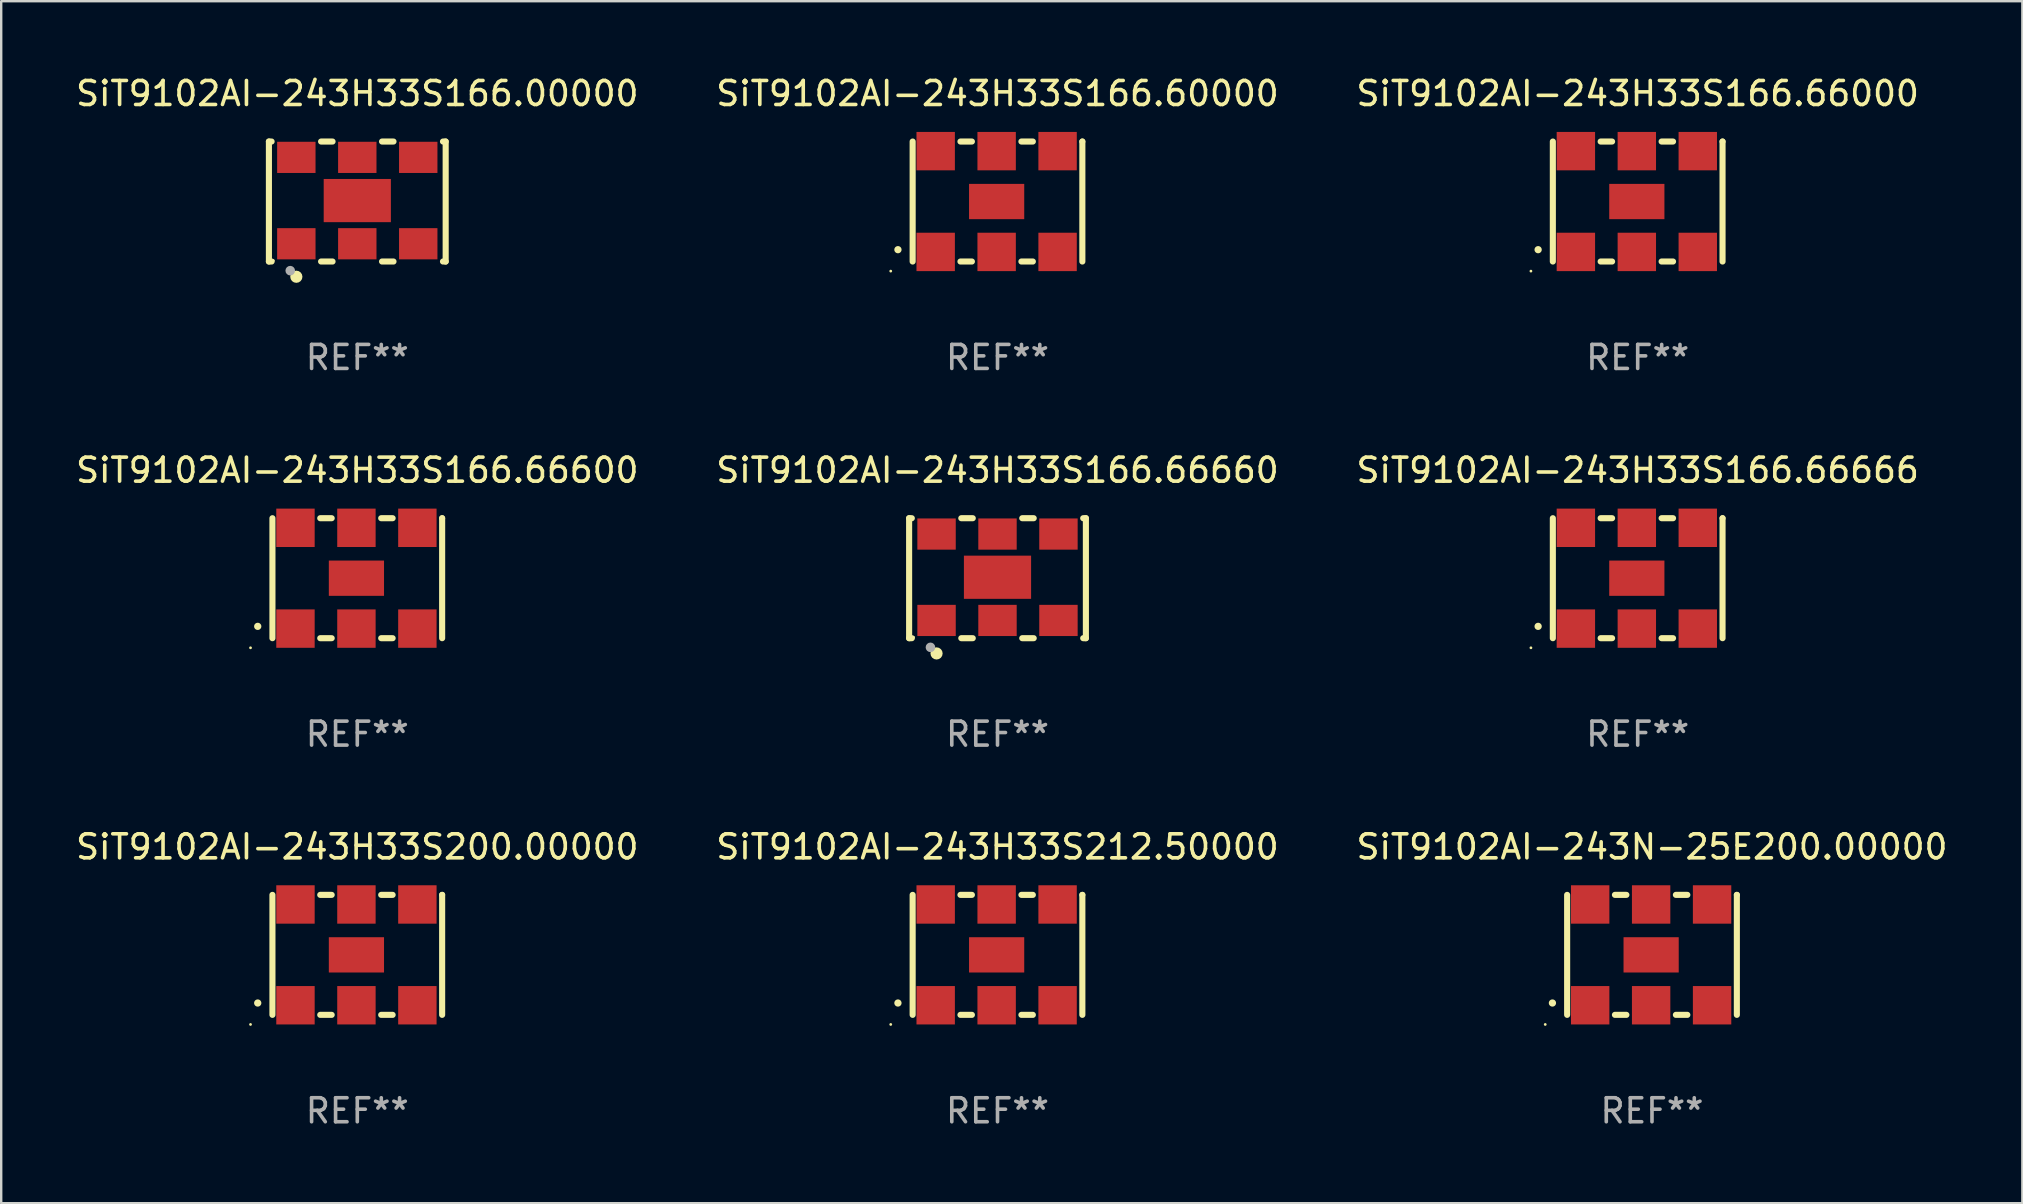
<source format=kicad_pcb>
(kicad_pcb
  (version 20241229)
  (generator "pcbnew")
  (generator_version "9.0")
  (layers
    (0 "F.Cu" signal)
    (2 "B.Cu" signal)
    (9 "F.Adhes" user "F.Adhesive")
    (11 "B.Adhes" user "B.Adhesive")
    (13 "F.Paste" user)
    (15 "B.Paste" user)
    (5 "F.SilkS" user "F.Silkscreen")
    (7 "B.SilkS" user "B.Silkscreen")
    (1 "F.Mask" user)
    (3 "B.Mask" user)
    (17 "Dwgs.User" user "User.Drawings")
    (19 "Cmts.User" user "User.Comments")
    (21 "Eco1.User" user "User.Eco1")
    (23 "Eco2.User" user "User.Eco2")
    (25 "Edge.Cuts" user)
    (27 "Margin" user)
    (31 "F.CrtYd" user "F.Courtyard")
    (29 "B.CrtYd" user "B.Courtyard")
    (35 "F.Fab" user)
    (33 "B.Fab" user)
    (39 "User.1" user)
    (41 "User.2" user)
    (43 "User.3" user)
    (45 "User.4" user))
  (footprint "SiT9102AI-243H33S166.66000"
    (layer "F.Cu")
    (at 65.196 5.348)
    (property "Reference" "SiT9102AI-243H33S166.66000" (at 0 -4.5 0) (layer "F.SilkS") (effects (font (size 1 1) (thickness 0.15))))
    (attr through_hole)
    (fp_line (start -3.536 -2.5) (end -3.536 2.5) (stroke (width 0.254) (type solid)) (layer "F.SilkS"))
    (fp_line (start -1.544 2.5) (end -1.067 2.5) (stroke (width 0.254) (type solid)) (layer "F.SilkS"))
    (fp_line (start -1.067 -2.5) (end -1.544 -2.5) (stroke (width 0.254) (type solid)) (layer "F.SilkS"))
    (fp_line (start 0.996 2.5) (end 1.473 2.5) (stroke (width 0.254) (type solid)) (layer "F.SilkS"))
    (fp_line (start 1.473 -2.5) (end 0.996 -2.5) (stroke (width 0.254) (type solid)) (layer "F.SilkS"))
    (fp_line (start 3.536 -2.5) (end 3.536 -2.5) (stroke (width 0.254) (type solid)) (layer "F.SilkS"))
    (fp_line (start 3.536 2.5) (end 3.536 -2.5) (stroke (width 0.254) (type solid)) (layer "F.SilkS"))
    (fp_arc (start -4.150432 2.006604) (mid -4.149162 2.006599) (end -4.147892 2.006604) (stroke (width 0.3) (type solid)) (layer "F.SilkS"))
    (fp_circle (center -4.449 2.9) (end -4.419 2.9) (stroke (width 0.06) (type solid)) (fill no) (layer "F.SilkS"))
    (fp_text user "REF**" (at 0 6.5 0) (layer "F.Fab") (effects (font (size 1 1) (thickness 0.15))))
    (pad "1" smd rect (at -2.576 2.1) (size 1.6 1.6) (layers "F.Cu" "F.Mask" "F.Paste"))
    (pad "2" smd rect (at -0.036 2.1) (size 1.6 1.6) (layers "F.Cu" "F.Mask" "F.Paste"))
    (pad "3" smd rect (at 2.504 2.1) (size 1.6 1.6) (layers "F.Cu" "F.Mask" "F.Paste"))
    (pad "4" smd rect (at 2.504 -2.1) (size 1.6 1.6) (layers "F.Cu" "F.Mask" "F.Paste"))
    (pad "5" smd rect (at -0.036 -2.1) (size 1.6 1.6) (layers "F.Cu" "F.Mask" "F.Paste"))
    (pad "6" smd rect (at -2.576 -2.1) (size 1.6 1.6) (layers "F.Cu" "F.Mask" "F.Paste"))
    (pad "7" smd rect (at -0.036 0) (size 2.3 1.47) (layers "F.Cu" "F.Mask" "F.Paste")))
  (footprint "SiT9102AI-243H33S212.50000"
    (layer "F.Cu")
    (at 38.518 36.741)
    (property "Reference" "SiT9102AI-243H33S212.50000" (at 0 -4.5 0) (layer "F.SilkS") (effects (font (size 1 1) (thickness 0.15))))
    (attr through_hole)
    (fp_line (start -3.536 -2.5) (end -3.536 2.5) (stroke (width 0.254) (type solid)) (layer "F.SilkS"))
    (fp_line (start -1.544 2.5) (end -1.067 2.5) (stroke (width 0.254) (type solid)) (layer "F.SilkS"))
    (fp_line (start -1.067 -2.5) (end -1.544 -2.5) (stroke (width 0.254) (type solid)) (layer "F.SilkS"))
    (fp_line (start 0.996 2.5) (end 1.473 2.5) (stroke (width 0.254) (type solid)) (layer "F.SilkS"))
    (fp_line (start 1.473 -2.5) (end 0.996 -2.5) (stroke (width 0.254) (type solid)) (layer "F.SilkS"))
    (fp_line (start 3.536 -2.5) (end 3.536 -2.5) (stroke (width 0.254) (type solid)) (layer "F.SilkS"))
    (fp_line (start 3.536 2.5) (end 3.536 -2.5) (stroke (width 0.254) (type solid)) (layer "F.SilkS"))
    (fp_arc (start -4.150432 2.006604) (mid -4.149162 2.006599) (end -4.147892 2.006604) (stroke (width 0.3) (type solid)) (layer "F.SilkS"))
    (fp_circle (center -4.449 2.9) (end -4.419 2.9) (stroke (width 0.06) (type solid)) (fill no) (layer "F.SilkS"))
    (fp_text user "REF**" (at 0 6.5 0) (layer "F.Fab") (effects (font (size 1 1) (thickness 0.15))))
    (pad "1" smd rect (at -2.576 2.1) (size 1.6 1.6) (layers "F.Cu" "F.Mask" "F.Paste"))
    (pad "2" smd rect (at -0.036 2.1) (size 1.6 1.6) (layers "F.Cu" "F.Mask" "F.Paste"))
    (pad "3" smd rect (at 2.504 2.1) (size 1.6 1.6) (layers "F.Cu" "F.Mask" "F.Paste"))
    (pad "4" smd rect (at 2.504 -2.1) (size 1.6 1.6) (layers "F.Cu" "F.Mask" "F.Paste"))
    (pad "5" smd rect (at -0.036 -2.1) (size 1.6 1.6) (layers "F.Cu" "F.Mask" "F.Paste"))
    (pad "6" smd rect (at -2.576 -2.1) (size 1.6 1.6) (layers "F.Cu" "F.Mask" "F.Paste"))
    (pad "7" smd rect (at -0.036 0) (size 2.3 1.47) (layers "F.Cu" "F.Mask" "F.Paste")))
  (footprint "SiT9102AI-243H33S166.66600"
    (layer "F.Cu")
    (at 11.839 21.045)
    (property "Reference" "SiT9102AI-243H33S166.66600" (at 0 -4.5 0) (layer "F.SilkS") (effects (font (size 1 1) (thickness 0.15))))
    (attr through_hole)
    (fp_line (start -3.536 -2.5) (end -3.536 2.5) (stroke (width 0.254) (type solid)) (layer "F.SilkS"))
    (fp_line (start -1.544 2.5) (end -1.067 2.5) (stroke (width 0.254) (type solid)) (layer "F.SilkS"))
    (fp_line (start -1.067 -2.5) (end -1.544 -2.5) (stroke (width 0.254) (type solid)) (layer "F.SilkS"))
    (fp_line (start 0.996 2.5) (end 1.473 2.5) (stroke (width 0.254) (type solid)) (layer "F.SilkS"))
    (fp_line (start 1.473 -2.5) (end 0.996 -2.5) (stroke (width 0.254) (type solid)) (layer "F.SilkS"))
    (fp_line (start 3.536 -2.5) (end 3.536 -2.5) (stroke (width 0.254) (type solid)) (layer "F.SilkS"))
    (fp_line (start 3.536 2.5) (end 3.536 -2.5) (stroke (width 0.254) (type solid)) (layer "F.SilkS"))
    (fp_arc (start -4.150432 2.006604) (mid -4.149162 2.006599) (end -4.147892 2.006604) (stroke (width 0.3) (type solid)) (layer "F.SilkS"))
    (fp_circle (center -4.449 2.9) (end -4.419 2.9) (stroke (width 0.06) (type solid)) (fill no) (layer "F.SilkS"))
    (fp_text user "REF**" (at 0 6.5 0) (layer "F.Fab") (effects (font (size 1 1) (thickness 0.15))))
    (pad "1" smd rect (at -2.576 2.1) (size 1.6 1.6) (layers "F.Cu" "F.Mask" "F.Paste"))
    (pad "2" smd rect (at -0.036 2.1) (size 1.6 1.6) (layers "F.Cu" "F.Mask" "F.Paste"))
    (pad "3" smd rect (at 2.504 2.1) (size 1.6 1.6) (layers "F.Cu" "F.Mask" "F.Paste"))
    (pad "4" smd rect (at 2.504 -2.1) (size 1.6 1.6) (layers "F.Cu" "F.Mask" "F.Paste"))
    (pad "5" smd rect (at -0.036 -2.1) (size 1.6 1.6) (layers "F.Cu" "F.Mask" "F.Paste"))
    (pad "6" smd rect (at -2.576 -2.1) (size 1.6 1.6) (layers "F.Cu" "F.Mask" "F.Paste"))
    (pad "7" smd rect (at -0.036 0) (size 2.3 1.47) (layers "F.Cu" "F.Mask" "F.Paste")))
  (footprint "SiT9102AI-243N-25E200.00000"
    (layer "F.Cu")
    (at 65.792 36.741)
    (property "Reference" "SiT9102AI-243N-25E200.00000" (at 0 -4.5 0) (layer "F.SilkS") (effects (font (size 1 1) (thickness 0.15))))
    (attr through_hole)
    (fp_line (start -3.536 -2.5) (end -3.536 2.5) (stroke (width 0.254) (type solid)) (layer "F.SilkS"))
    (fp_line (start -1.544 2.5) (end -1.067 2.5) (stroke (width 0.254) (type solid)) (layer "F.SilkS"))
    (fp_line (start -1.067 -2.5) (end -1.544 -2.5) (stroke (width 0.254) (type solid)) (layer "F.SilkS"))
    (fp_line (start 0.996 2.5) (end 1.473 2.5) (stroke (width 0.254) (type solid)) (layer "F.SilkS"))
    (fp_line (start 1.473 -2.5) (end 0.996 -2.5) (stroke (width 0.254) (type solid)) (layer "F.SilkS"))
    (fp_line (start 3.536 -2.5) (end 3.536 -2.5) (stroke (width 0.254) (type solid)) (layer "F.SilkS"))
    (fp_line (start 3.536 2.5) (end 3.536 -2.5) (stroke (width 0.254) (type solid)) (layer "F.SilkS"))
    (fp_arc (start -4.150432 2.006604) (mid -4.149162 2.006599) (end -4.147892 2.006604) (stroke (width 0.3) (type solid)) (layer "F.SilkS"))
    (fp_circle (center -4.449 2.9) (end -4.419 2.9) (stroke (width 0.06) (type solid)) (fill no) (layer "F.SilkS"))
    (fp_text user "REF**" (at 0 6.5 0) (layer "F.Fab") (effects (font (size 1 1) (thickness 0.15))))
    (pad "1" smd rect (at -2.576 2.1) (size 1.6 1.6) (layers "F.Cu" "F.Mask" "F.Paste"))
    (pad "2" smd rect (at -0.036 2.1) (size 1.6 1.6) (layers "F.Cu" "F.Mask" "F.Paste"))
    (pad "3" smd rect (at 2.504 2.1) (size 1.6 1.6) (layers "F.Cu" "F.Mask" "F.Paste"))
    (pad "4" smd rect (at 2.504 -2.1) (size 1.6 1.6) (layers "F.Cu" "F.Mask" "F.Paste"))
    (pad "5" smd rect (at -0.036 -2.1) (size 1.6 1.6) (layers "F.Cu" "F.Mask" "F.Paste"))
    (pad "6" smd rect (at -2.576 -2.1) (size 1.6 1.6) (layers "F.Cu" "F.Mask" "F.Paste"))
    (pad "7" smd rect (at -0.036 0) (size 2.3 1.47) (layers "F.Cu" "F.Mask" "F.Paste")))
  (footprint "SiT9102AI-243H33S166.60000"
    (layer "F.Cu")
    (at 38.518 5.348)
    (property "Reference" "SiT9102AI-243H33S166.60000" (at 0 -4.5 0) (layer "F.SilkS") (effects (font (size 1 1) (thickness 0.15))))
    (attr through_hole)
    (fp_line (start -3.536 -2.5) (end -3.536 2.5) (stroke (width 0.254) (type solid)) (layer "F.SilkS"))
    (fp_line (start -1.544 2.5) (end -1.067 2.5) (stroke (width 0.254) (type solid)) (layer "F.SilkS"))
    (fp_line (start -1.067 -2.5) (end -1.544 -2.5) (stroke (width 0.254) (type solid)) (layer "F.SilkS"))
    (fp_line (start 0.996 2.5) (end 1.473 2.5) (stroke (width 0.254) (type solid)) (layer "F.SilkS"))
    (fp_line (start 1.473 -2.5) (end 0.996 -2.5) (stroke (width 0.254) (type solid)) (layer "F.SilkS"))
    (fp_line (start 3.536 -2.5) (end 3.536 -2.5) (stroke (width 0.254) (type solid)) (layer "F.SilkS"))
    (fp_line (start 3.536 2.5) (end 3.536 -2.5) (stroke (width 0.254) (type solid)) (layer "F.SilkS"))
    (fp_arc (start -4.150432 2.006604) (mid -4.149162 2.006599) (end -4.147892 2.006604) (stroke (width 0.3) (type solid)) (layer "F.SilkS"))
    (fp_circle (center -4.449 2.9) (end -4.419 2.9) (stroke (width 0.06) (type solid)) (fill no) (layer "F.SilkS"))
    (fp_text user "REF**" (at 0 6.5 0) (layer "F.Fab") (effects (font (size 1 1) (thickness 0.15))))
    (pad "1" smd rect (at -2.576 2.1) (size 1.6 1.6) (layers "F.Cu" "F.Mask" "F.Paste"))
    (pad "2" smd rect (at -0.036 2.1) (size 1.6 1.6) (layers "F.Cu" "F.Mask" "F.Paste"))
    (pad "3" smd rect (at 2.504 2.1) (size 1.6 1.6) (layers "F.Cu" "F.Mask" "F.Paste"))
    (pad "4" smd rect (at 2.504 -2.1) (size 1.6 1.6) (layers "F.Cu" "F.Mask" "F.Paste"))
    (pad "5" smd rect (at -0.036 -2.1) (size 1.6 1.6) (layers "F.Cu" "F.Mask" "F.Paste"))
    (pad "6" smd rect (at -2.576 -2.1) (size 1.6 1.6) (layers "F.Cu" "F.Mask" "F.Paste"))
    (pad "7" smd rect (at -0.036 0) (size 2.3 1.47) (layers "F.Cu" "F.Mask" "F.Paste")))
  (footprint "SiT9102AI-243H33S166.66660"
    (layer "F.Cu")
    (at 38.518 21.045)
    (property "Reference" "SiT9102AI-243H33S166.66660" (at 0 -4.5 0) (layer "F.SilkS") (effects (font (size 1 1) (thickness 0.15))))
    (attr through_hole)
    (fp_line (start -3.683 -2.5) (end -3.571 -2.5) (stroke (width 0.254) (type solid)) (layer "F.SilkS"))
    (fp_line (start -3.683 2.5) (end -3.683 -2.5) (stroke (width 0.254) (type solid)) (layer "F.SilkS"))
    (fp_line (start -3.683 2.5) (end -3.571 2.5) (stroke (width 0.254) (type solid)) (layer "F.SilkS"))
    (fp_line (start -1.509 -2.5) (end -1.031 -2.5) (stroke (width 0.254) (type solid)) (layer "F.SilkS"))
    (fp_line (start -1.509 2.5) (end -1.031 2.5) (stroke (width 0.254) (type solid)) (layer "F.SilkS"))
    (fp_line (start 1.031 -2.5) (end 1.509 -2.5) (stroke (width 0.254) (type solid)) (layer "F.SilkS"))
    (fp_line (start 1.031 2.5) (end 1.509 2.5) (stroke (width 0.254) (type solid)) (layer "F.SilkS"))
    (fp_line (start 3.571 -2.5) (end 3.683 -2.5) (stroke (width 0.254) (type solid)) (layer "F.SilkS"))
    (fp_line (start 3.571 2.5) (end 3.683 2.5) (stroke (width 0.254) (type solid)) (layer "F.SilkS"))
    (fp_line (start 3.683 2.5) (end 3.683 -2.5) (stroke (width 0.254) (type solid)) (layer "F.SilkS"))
    (fp_circle (center -3.5 2.46) (end -3.47 2.46) (stroke (width 0.06) (type solid)) (fill no) (layer "F.SilkS"))
    (fp_circle (center -2.54 3.135) (end -2.413 3.135) (stroke (width 0.254) (type solid)) (fill no) (layer "F.SilkS"))
    (fp_circle (center -2.794 2.881) (end -2.694 2.881) (stroke (width 0.2) (type solid)) (fill no) (layer "F.Fab"))
    (fp_text user "REF**" (at 0 6.5 0) (layer "F.Fab") (effects (font (size 1 1) (thickness 0.15))))
    (pad "1" smd rect (at -2.54 1.76) (size 1.6 1.3) (layers "F.Cu" "F.Mask" "F.Paste"))
    (pad "2" smd rect (at 0 1.76) (size 1.6 1.3) (layers "F.Cu" "F.Mask" "F.Paste"))
    (pad "3" smd rect (at 2.54 1.76) (size 1.6 1.3) (layers "F.Cu" "F.Mask" "F.Paste"))
    (pad "4" smd rect (at 2.54 -1.84) (size 1.6 1.3) (layers "F.Cu" "F.Mask" "F.Paste"))
    (pad "5" smd rect (at 0 -1.84) (size 1.6 1.3) (layers "F.Cu" "F.Mask" "F.Paste"))
    (pad "6" smd rect (at -2.54 -1.84) (size 1.6 1.3) (layers "F.Cu" "F.Mask" "F.Paste"))
    (pad "7" smd rect (at 0 -0.04) (size 2.8 1.8) (layers "F.Cu" "F.Mask" "F.Paste")))
  (footprint "SiT9102AI-243H33S166.00000"
    (layer "F.Cu")
    (at 11.839 5.348)
    (property "Reference" "SiT9102AI-243H33S166.00000" (at 0 -4.5 0) (layer "F.SilkS") (effects (font (size 1 1) (thickness 0.15))))
    (attr through_hole)
    (fp_line (start -3.683 -2.5) (end -3.571 -2.5) (stroke (width 0.254) (type solid)) (layer "F.SilkS"))
    (fp_line (start -3.683 2.5) (end -3.683 -2.5) (stroke (width 0.254) (type solid)) (layer "F.SilkS"))
    (fp_line (start -3.683 2.5) (end -3.571 2.5) (stroke (width 0.254) (type solid)) (layer "F.SilkS"))
    (fp_line (start -1.509 -2.5) (end -1.031 -2.5) (stroke (width 0.254) (type solid)) (layer "F.SilkS"))
    (fp_line (start -1.509 2.5) (end -1.031 2.5) (stroke (width 0.254) (type solid)) (layer "F.SilkS"))
    (fp_line (start 1.031 -2.5) (end 1.509 -2.5) (stroke (width 0.254) (type solid)) (layer "F.SilkS"))
    (fp_line (start 1.031 2.5) (end 1.509 2.5) (stroke (width 0.254) (type solid)) (layer "F.SilkS"))
    (fp_line (start 3.571 -2.5) (end 3.683 -2.5) (stroke (width 0.254) (type solid)) (layer "F.SilkS"))
    (fp_line (start 3.571 2.5) (end 3.683 2.5) (stroke (width 0.254) (type solid)) (layer "F.SilkS"))
    (fp_line (start 3.683 2.5) (end 3.683 -2.5) (stroke (width 0.254) (type solid)) (layer "F.SilkS"))
    (fp_circle (center -3.5 2.46) (end -3.47 2.46) (stroke (width 0.06) (type solid)) (fill no) (layer "F.SilkS"))
    (fp_circle (center -2.54 3.135) (end -2.413 3.135) (stroke (width 0.254) (type solid)) (fill no) (layer "F.SilkS"))
    (fp_circle (center -2.794 2.881) (end -2.694 2.881) (stroke (width 0.2) (type solid)) (fill no) (layer "F.Fab"))
    (fp_text user "REF**" (at 0 6.5 0) (layer "F.Fab") (effects (font (size 1 1) (thickness 0.15))))
    (pad "1" smd rect (at -2.54 1.76) (size 1.6 1.3) (layers "F.Cu" "F.Mask" "F.Paste"))
    (pad "2" smd rect (at 0 1.76) (size 1.6 1.3) (layers "F.Cu" "F.Mask" "F.Paste"))
    (pad "3" smd rect (at 2.54 1.76) (size 1.6 1.3) (layers "F.Cu" "F.Mask" "F.Paste"))
    (pad "4" smd rect (at 2.54 -1.84) (size 1.6 1.3) (layers "F.Cu" "F.Mask" "F.Paste"))
    (pad "5" smd rect (at 0 -1.84) (size 1.6 1.3) (layers "F.Cu" "F.Mask" "F.Paste"))
    (pad "6" smd rect (at -2.54 -1.84) (size 1.6 1.3) (layers "F.Cu" "F.Mask" "F.Paste"))
    (pad "7" smd rect (at 0 -0.04) (size 2.8 1.8) (layers "F.Cu" "F.Mask" "F.Paste")))
  (footprint "SiT9102AI-243H33S166.66666"
    (layer "F.Cu")
    (at 65.196 21.045)
    (property "Reference" "SiT9102AI-243H33S166.66666" (at 0 -4.5 0) (layer "F.SilkS") (effects (font (size 1 1) (thickness 0.15))))
    (attr through_hole)
    (fp_line (start -3.536 -2.5) (end -3.536 2.5) (stroke (width 0.254) (type solid)) (layer "F.SilkS"))
    (fp_line (start -1.544 2.5) (end -1.067 2.5) (stroke (width 0.254) (type solid)) (layer "F.SilkS"))
    (fp_line (start -1.067 -2.5) (end -1.544 -2.5) (stroke (width 0.254) (type solid)) (layer "F.SilkS"))
    (fp_line (start 0.996 2.5) (end 1.473 2.5) (stroke (width 0.254) (type solid)) (layer "F.SilkS"))
    (fp_line (start 1.473 -2.5) (end 0.996 -2.5) (stroke (width 0.254) (type solid)) (layer "F.SilkS"))
    (fp_line (start 3.536 -2.5) (end 3.536 -2.5) (stroke (width 0.254) (type solid)) (layer "F.SilkS"))
    (fp_line (start 3.536 2.5) (end 3.536 -2.5) (stroke (width 0.254) (type solid)) (layer "F.SilkS"))
    (fp_arc (start -4.150432 2.006604) (mid -4.149162 2.006599) (end -4.147892 2.006604) (stroke (width 0.3) (type solid)) (layer "F.SilkS"))
    (fp_circle (center -4.449 2.9) (end -4.419 2.9) (stroke (width 0.06) (type solid)) (fill no) (layer "F.SilkS"))
    (fp_text user "REF**" (at 0 6.5 0) (layer "F.Fab") (effects (font (size 1 1) (thickness 0.15))))
    (pad "1" smd rect (at -2.576 2.1) (size 1.6 1.6) (layers "F.Cu" "F.Mask" "F.Paste"))
    (pad "2" smd rect (at -0.036 2.1) (size 1.6 1.6) (layers "F.Cu" "F.Mask" "F.Paste"))
    (pad "3" smd rect (at 2.504 2.1) (size 1.6 1.6) (layers "F.Cu" "F.Mask" "F.Paste"))
    (pad "4" smd rect (at 2.504 -2.1) (size 1.6 1.6) (layers "F.Cu" "F.Mask" "F.Paste"))
    (pad "5" smd rect (at -0.036 -2.1) (size 1.6 1.6) (layers "F.Cu" "F.Mask" "F.Paste"))
    (pad "6" smd rect (at -2.576 -2.1) (size 1.6 1.6) (layers "F.Cu" "F.Mask" "F.Paste"))
    (pad "7" smd rect (at -0.036 0) (size 2.3 1.47) (layers "F.Cu" "F.Mask" "F.Paste")))
  (footprint "SiT9102AI-243H33S200.00000"
    (layer "F.Cu")
    (at 11.839 36.741)
    (property "Reference" "SiT9102AI-243H33S200.00000" (at 0 -4.5 0) (layer "F.SilkS") (effects (font (size 1 1) (thickness 0.15))))
    (attr through_hole)
    (fp_line (start -3.536 -2.5) (end -3.536 2.5) (stroke (width 0.254) (type solid)) (layer "F.SilkS"))
    (fp_line (start -1.544 2.5) (end -1.067 2.5) (stroke (width 0.254) (type solid)) (layer "F.SilkS"))
    (fp_line (start -1.067 -2.5) (end -1.544 -2.5) (stroke (width 0.254) (type solid)) (layer "F.SilkS"))
    (fp_line (start 0.996 2.5) (end 1.473 2.5) (stroke (width 0.254) (type solid)) (layer "F.SilkS"))
    (fp_line (start 1.473 -2.5) (end 0.996 -2.5) (stroke (width 0.254) (type solid)) (layer "F.SilkS"))
    (fp_line (start 3.536 -2.5) (end 3.536 -2.5) (stroke (width 0.254) (type solid)) (layer "F.SilkS"))
    (fp_line (start 3.536 2.5) (end 3.536 -2.5) (stroke (width 0.254) (type solid)) (layer "F.SilkS"))
    (fp_arc (start -4.150432 2.006604) (mid -4.149162 2.006599) (end -4.147892 2.006604) (stroke (width 0.3) (type solid)) (layer "F.SilkS"))
    (fp_circle (center -4.449 2.9) (end -4.419 2.9) (stroke (width 0.06) (type solid)) (fill no) (layer "F.SilkS"))
    (fp_text user "REF**" (at 0 6.5 0) (layer "F.Fab") (effects (font (size 1 1) (thickness 0.15))))
    (pad "1" smd rect (at -2.576 2.1) (size 1.6 1.6) (layers "F.Cu" "F.Mask" "F.Paste"))
    (pad "2" smd rect (at -0.036 2.1) (size 1.6 1.6) (layers "F.Cu" "F.Mask" "F.Paste"))
    (pad "3" smd rect (at 2.504 2.1) (size 1.6 1.6) (layers "F.Cu" "F.Mask" "F.Paste"))
    (pad "4" smd rect (at 2.504 -2.1) (size 1.6 1.6) (layers "F.Cu" "F.Mask" "F.Paste"))
    (pad "5" smd rect (at -0.036 -2.1) (size 1.6 1.6) (layers "F.Cu" "F.Mask" "F.Paste"))
    (pad "6" smd rect (at -2.576 -2.1) (size 1.6 1.6) (layers "F.Cu" "F.Mask" "F.Paste"))
    (pad "7" smd rect (at -0.036 0) (size 2.3 1.47) (layers "F.Cu" "F.Mask" "F.Paste")))
  (gr_rect
    (start -3 -3)
    (end 81.226 47.09)
    (stroke (width 0.1) (type default))
    (fill no)
    (layer "Edge.Cuts")))
</source>
